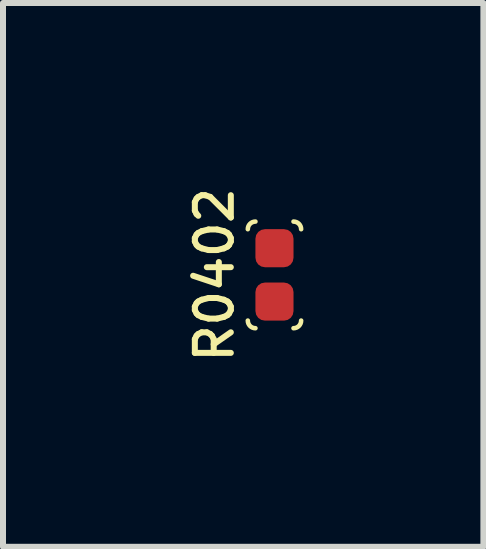
<source format=kicad_pcb>
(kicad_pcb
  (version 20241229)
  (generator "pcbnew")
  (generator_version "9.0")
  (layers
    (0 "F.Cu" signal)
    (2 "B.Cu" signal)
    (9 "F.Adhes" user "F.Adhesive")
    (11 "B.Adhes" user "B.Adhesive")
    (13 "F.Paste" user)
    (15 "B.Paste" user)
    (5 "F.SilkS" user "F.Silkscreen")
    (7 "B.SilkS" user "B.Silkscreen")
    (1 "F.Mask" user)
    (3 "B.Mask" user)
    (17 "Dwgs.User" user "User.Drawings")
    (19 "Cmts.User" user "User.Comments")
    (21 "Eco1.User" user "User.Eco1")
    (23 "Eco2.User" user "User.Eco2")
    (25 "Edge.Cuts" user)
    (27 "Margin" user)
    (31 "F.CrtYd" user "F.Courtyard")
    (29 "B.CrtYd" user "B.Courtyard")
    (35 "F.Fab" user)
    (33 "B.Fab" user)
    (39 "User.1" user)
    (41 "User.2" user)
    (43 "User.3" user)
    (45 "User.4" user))
  (footprint "R0402"
    (layer "F.Cu")
    (at 1.526 1.533)
    (property "Reference" "R0402" (at -1 0 270) (layer "F.SilkS") (effects (font (size 0.6 0.6) (thickness 0.1) (bold yes))))
    (attr smd)
    (fp_arc (start -0.4445 -0.762) (mid -0.407303 -0.851803) (end -0.3175 -0.889) (stroke (width 0.0762) (type solid)) (layer "F.SilkS"))
    (fp_arc (start -0.3175 0.889) (mid -0.407303 0.851803) (end -0.4445 0.762) (stroke (width 0.0762) (type solid)) (layer "F.SilkS"))
    (fp_arc (start 0.3175 -0.889) (mid 0.407303 -0.851803) (end 0.4445 -0.762) (stroke (width 0.0762) (type solid)) (layer "F.SilkS"))
    (fp_arc (start 0.4445 0.762) (mid 0.407303 0.851803) (end 0.3175 0.889) (stroke (width 0.0762) (type solid)) (layer "F.SilkS"))
    (pad "1" smd roundrect (at 0 -0.445) (size 0.635 0.635) (layers "F.Cu" "F.Mask" "F.Paste") (roundrect_rratio 0.25))
    (pad "2" smd roundrect (at 0 0.445) (size 0.635 0.635) (layers "F.Cu" "F.Mask" "F.Paste") (roundrect_rratio 0.25)))
  (gr_rect
    (start -3 -3)
    (end 5.009 6.066)
    (stroke (width 0.1) (type default))
    (fill no)
    (layer "Edge.Cuts")))
</source>
